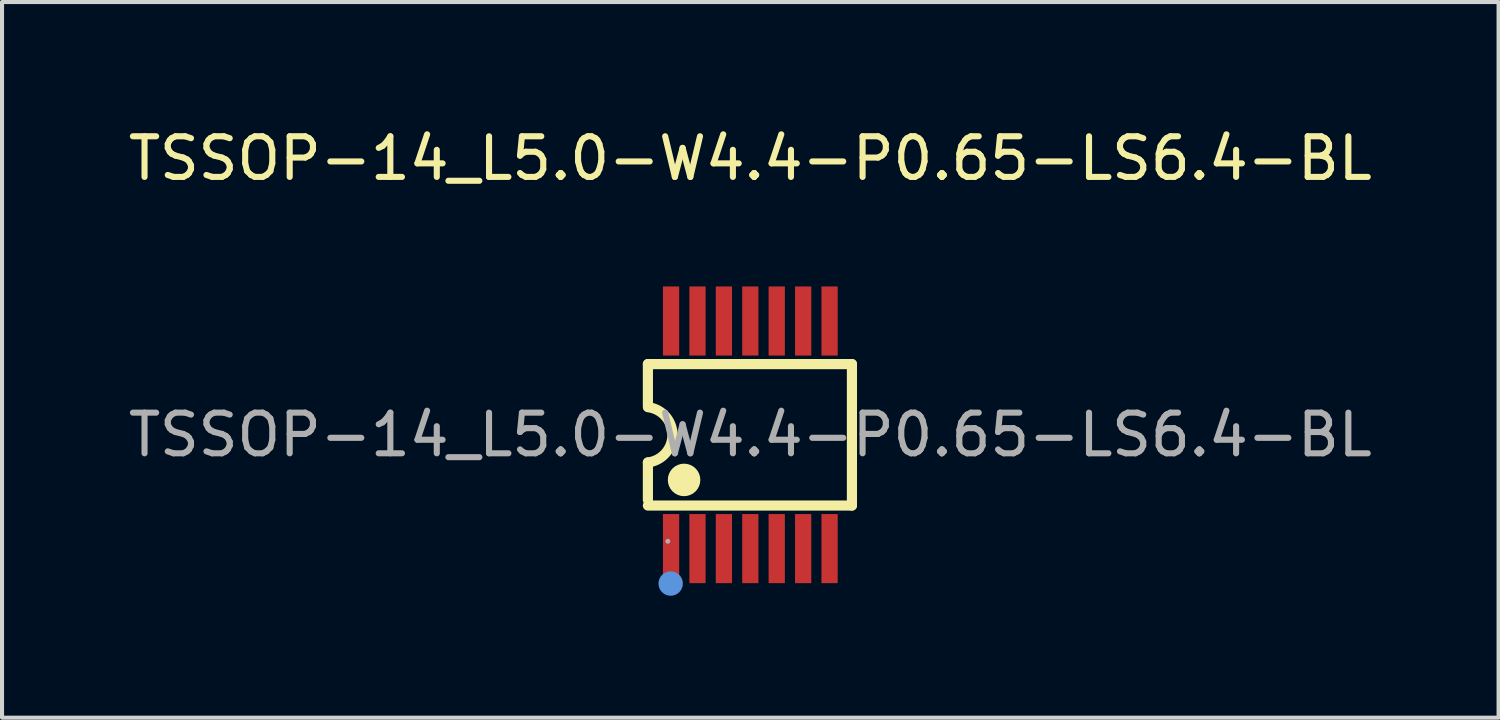
<source format=kicad_pcb>
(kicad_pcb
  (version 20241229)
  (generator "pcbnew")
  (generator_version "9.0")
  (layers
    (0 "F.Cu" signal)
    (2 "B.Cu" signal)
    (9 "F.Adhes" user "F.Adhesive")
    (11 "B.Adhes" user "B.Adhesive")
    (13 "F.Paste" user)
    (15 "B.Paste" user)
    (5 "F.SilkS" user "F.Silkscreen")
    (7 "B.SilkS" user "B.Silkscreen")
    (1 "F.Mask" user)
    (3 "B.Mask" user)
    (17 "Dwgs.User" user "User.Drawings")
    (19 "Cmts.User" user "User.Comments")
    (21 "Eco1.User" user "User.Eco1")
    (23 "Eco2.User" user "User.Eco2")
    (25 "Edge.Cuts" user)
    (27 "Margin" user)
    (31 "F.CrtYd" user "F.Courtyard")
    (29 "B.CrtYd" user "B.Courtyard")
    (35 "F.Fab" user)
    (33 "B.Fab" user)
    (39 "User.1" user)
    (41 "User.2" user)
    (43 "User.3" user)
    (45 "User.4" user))
  (footprint "TSSOP-14_L5.0-W4.4-P0.65-LS6.4-BL"
    (layer "F.Cu")
    (at 15.411 7.648)
    (property "Reference" "TSSOP-14_L5.0-W4.4-P0.65-LS6.4-BL" (at 0 -6.8 0) (layer "F.SilkS") (effects (font (size 1 1) (thickness 0.15))))
    (attr smd)
    (fp_line (start -2.52 -1.74) (end 2.5 -1.74) (stroke (width 0.25) (type solid)) (layer "F.SilkS"))
    (fp_line (start -2.52 -0.69) (end -2.52 -1.74) (stroke (width 0.25) (type solid)) (layer "F.SilkS"))
    (fp_line (start -2.52 1.6) (end -2.52 0.68) (stroke (width 0.25) (type solid)) (layer "F.SilkS"))
    (fp_line (start -2.52 1.74) (end 2.5 1.74) (stroke (width 0.25) (type solid)) (layer "F.SilkS"))
    (fp_line (start 2.5 -1.74) (end 2.5 1.74) (stroke (width 0.25) (type solid)) (layer "F.SilkS"))
    (fp_arc (start -2.515488 -0.679454) (mid -1.915314 0.002272) (end -2.52 0.68) (stroke (width 0.25) (type solid)) (layer "F.SilkS"))
    (fp_circle (center -1.63 1.11) (end -1.43 1.11) (stroke (width 0.4) (type solid)) (fill no) (layer "F.SilkS"))
    (fp_circle (center -1.96 3.66) (end -1.81 3.66) (stroke (width 0.3) (type solid)) (fill no) (layer "Cmts.User"))
    (fp_circle (center -2.03 2.62) (end -2 2.62) (stroke (width 0.06) (type solid)) (fill no) (layer "F.Fab"))
    (fp_text user "${REFERENCE}" (at 0 0 0) (layer "F.Fab") (effects (font (size 1 1) (thickness 0.15))))
    (pad "1" smd rect (at -1.95 2.8) (size 0.4 1.7) (layers "F.Cu" "F.Mask" "F.Paste"))
    (pad "2" smd rect (at -1.3 2.8) (size 0.4 1.7) (layers "F.Cu" "F.Mask" "F.Paste"))
    (pad "3" smd rect (at -0.65 2.8) (size 0.4 1.7) (layers "F.Cu" "F.Mask" "F.Paste"))
    (pad "4" smd rect (at 0 2.8) (size 0.4 1.7) (layers "F.Cu" "F.Mask" "F.Paste"))
    (pad "5" smd rect (at 0.65 2.8) (size 0.4 1.7) (layers "F.Cu" "F.Mask" "F.Paste"))
    (pad "6" smd rect (at 1.3 2.8) (size 0.4 1.7) (layers "F.Cu" "F.Mask" "F.Paste"))
    (pad "7" smd rect (at 1.95 2.8) (size 0.4 1.7) (layers "F.Cu" "F.Mask" "F.Paste"))
    (pad "8" smd rect (at 1.95 -2.8) (size 0.4 1.7) (layers "F.Cu" "F.Mask" "F.Paste"))
    (pad "9" smd rect (at 1.3 -2.8) (size 0.4 1.7) (layers "F.Cu" "F.Mask" "F.Paste"))
    (pad "10" smd rect (at 0.65 -2.8) (size 0.4 1.7) (layers "F.Cu" "F.Mask" "F.Paste"))
    (pad "11" smd rect (at 0 -2.8) (size 0.4 1.7) (layers "F.Cu" "F.Mask" "F.Paste"))
    (pad "12" smd rect (at -0.65 -2.8) (size 0.4 1.7) (layers "F.Cu" "F.Mask" "F.Paste"))
    (pad "13" smd rect (at -1.3 -2.8) (size 0.4 1.7) (layers "F.Cu" "F.Mask" "F.Paste"))
    (pad "14" smd rect (at -1.95 -2.8) (size 0.4 1.7) (layers "F.Cu" "F.Mask" "F.Paste")))
  (gr_rect
    (start -3 -3)
    (end 33.821 14.608)
    (stroke (width 0.1) (type default))
    (fill no)
    (layer "Edge.Cuts")))
</source>
